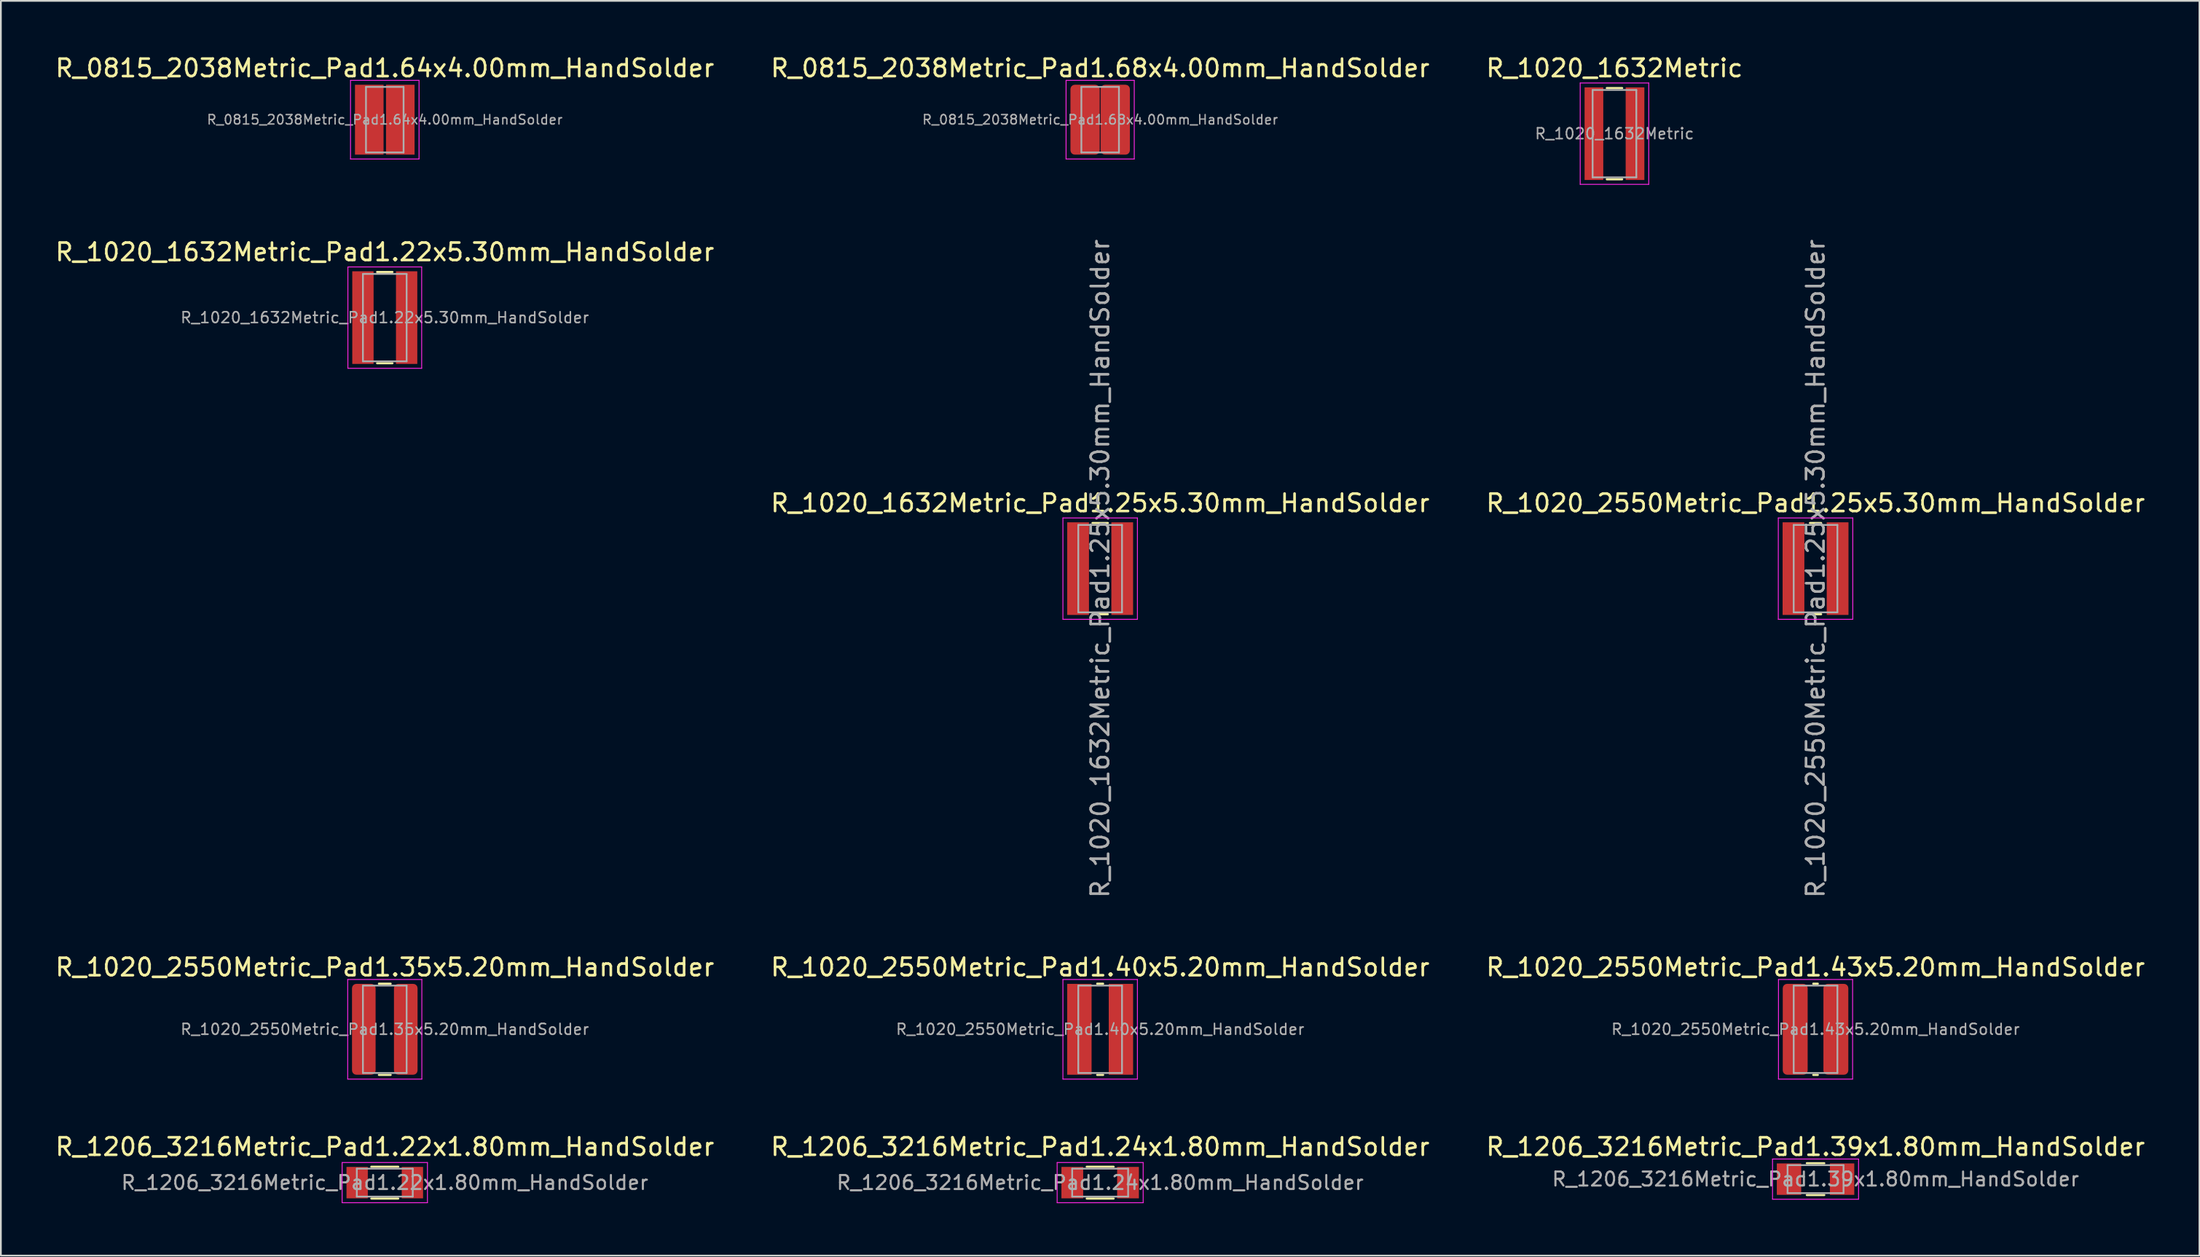
<source format=kicad_pcb>
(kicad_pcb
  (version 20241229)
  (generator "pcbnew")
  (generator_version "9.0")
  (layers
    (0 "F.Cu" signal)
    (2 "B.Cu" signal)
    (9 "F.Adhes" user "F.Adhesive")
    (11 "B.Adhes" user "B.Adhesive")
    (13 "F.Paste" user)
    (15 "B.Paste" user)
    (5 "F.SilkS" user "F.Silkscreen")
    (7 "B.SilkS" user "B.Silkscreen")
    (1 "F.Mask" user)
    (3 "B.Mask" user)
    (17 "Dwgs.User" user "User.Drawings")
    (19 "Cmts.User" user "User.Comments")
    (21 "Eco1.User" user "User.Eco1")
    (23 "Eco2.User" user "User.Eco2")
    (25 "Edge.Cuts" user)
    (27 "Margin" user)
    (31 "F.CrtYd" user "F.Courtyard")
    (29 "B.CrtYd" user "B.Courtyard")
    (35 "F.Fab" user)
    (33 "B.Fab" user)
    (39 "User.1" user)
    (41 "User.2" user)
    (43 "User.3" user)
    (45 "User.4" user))
  (footprint "R_1206_3216Metric_Pad1.39x1.80mm_HandSolder"
    (layer "F.Cu")
    (at 100.792 64.411)
    (property "Reference" "R_1206_3216Metric_Pad1.39x1.80mm_HandSolder" (at 0 -1.85 0) (layer "F.SilkS") (effects (font (size 1 1) (thickness 0.15))))
    (attr smd)
    (fp_line (start -0.5 -0.91) (end 0.5 -0.91) (stroke (width 0.12) (type solid)) (layer "F.SilkS"))
    (fp_line (start -0.5 0.91) (end 0.5 0.91) (stroke (width 0.12) (type solid)) (layer "F.SilkS"))
    (fp_line (start -2.46 -1.15) (end 2.46 -1.15) (stroke (width 0.05) (type solid)) (layer "F.CrtYd"))
    (fp_line (start -2.46 1.15) (end -2.46 -1.15) (stroke (width 0.05) (type solid)) (layer "F.CrtYd"))
    (fp_line (start 2.46 -1.15) (end 2.46 1.15) (stroke (width 0.05) (type solid)) (layer "F.CrtYd"))
    (fp_line (start 2.46 1.15) (end -2.46 1.15) (stroke (width 0.05) (type solid)) (layer "F.CrtYd"))
    (fp_line (start -1.6 -0.8) (end 1.6 -0.8) (stroke (width 0.1) (type solid)) (layer "F.Fab"))
    (fp_line (start -1.6 0.8) (end -1.6 -0.8) (stroke (width 0.1) (type solid)) (layer "F.Fab"))
    (fp_line (start 1.6 -0.8) (end 1.6 0.8) (stroke (width 0.1) (type solid)) (layer "F.Fab"))
    (fp_line (start 1.6 0.8) (end -1.6 0.8) (stroke (width 0.1) (type solid)) (layer "F.Fab"))
    (fp_text user "${REFERENCE}" (at 0 0 0) (layer "F.Fab") (effects (font (size 0.8 0.8) (thickness 0.12))))
    (pad "1" smd rect (at -1.518 0) (size 1.395 1.8) (layers "F.Cu" "F.Mask" "F.Paste"))
    (pad "2" smd rect (at 1.518 0) (size 1.395 1.8) (layers "F.Cu" "F.Mask" "F.Paste")))
  (footprint "R_1020_1632Metric_Pad1.22x5.30mm_HandSolder"
    (layer "F.Cu")
    (at 18.958 15.121)
    (property "Reference" "R_1020_1632Metric_Pad1.22x5.30mm_HandSolder" (at 0 -3.75 0) (layer "F.SilkS") (effects (font (size 1 1) (thickness 0.15))))
    (attr smd)
    (fp_line (start -0.44 -2.61) (end 0.44 -2.61) (stroke (width 0.12) (type solid)) (layer "F.SilkS"))
    (fp_line (start -0.44 2.61) (end 0.44 2.61) (stroke (width 0.12) (type solid)) (layer "F.SilkS"))
    (fp_line (start -2.11 -2.9) (end 2.11 -2.9) (stroke (width 0.05) (type solid)) (layer "F.CrtYd"))
    (fp_line (start -2.11 2.9) (end -2.11 -2.9) (stroke (width 0.05) (type solid)) (layer "F.CrtYd"))
    (fp_line (start 2.11 -2.9) (end 2.11 2.9) (stroke (width 0.05) (type solid)) (layer "F.CrtYd"))
    (fp_line (start 2.11 2.9) (end -2.11 2.9) (stroke (width 0.05) (type solid)) (layer "F.CrtYd"))
    (fp_line (start -1.25 -2.5) (end 1.25 -2.5) (stroke (width 0.1) (type solid)) (layer "F.Fab"))
    (fp_line (start -1.25 2.5) (end -1.25 -2.5) (stroke (width 0.1) (type solid)) (layer "F.Fab"))
    (fp_line (start 1.25 -2.5) (end 1.25 2.5) (stroke (width 0.1) (type solid)) (layer "F.Fab"))
    (fp_line (start 1.25 2.5) (end -1.25 2.5) (stroke (width 0.1) (type solid)) (layer "F.Fab"))
    (fp_text user "${REFERENCE}" (at 0 0 0) (layer "F.Fab") (effects (font (size 0.62 0.62) (thickness 0.09))))
    (pad "1" smd rect (at -1.25 0) (size 1.22 5.3) (layers "F.Cu" "F.Mask" "F.Paste"))
    (pad "2" smd rect (at 1.25 0) (size 1.22 5.3) (layers "F.Cu" "F.Mask" "F.Paste")))
  (footprint "R_1020_2550Metric_Pad1.25x5.30mm_HandSolder"
    (layer "F.Cu")
    (at 100.792 29.482)
    (property "Reference" "R_1020_2550Metric_Pad1.25x5.30mm_HandSolder" (at 0 -3.75 0) (layer "F.SilkS") (effects (font (size 1 1) (thickness 0.15))))
    (attr smd)
    (fp_line (start -0.32 -2.61) (end 0.32 -2.61) (stroke (width 0.12) (type solid)) (layer "F.SilkS"))
    (fp_line (start -0.32 2.61) (end 0.32 2.61) (stroke (width 0.12) (type solid)) (layer "F.SilkS"))
    (fp_line (start -2.13 -2.9) (end 2.13 -2.9) (stroke (width 0.05) (type solid)) (layer "F.CrtYd"))
    (fp_line (start -2.13 2.9) (end -2.13 -2.9) (stroke (width 0.05) (type solid)) (layer "F.CrtYd"))
    (fp_line (start 2.13 -2.9) (end 2.13 2.9) (stroke (width 0.05) (type solid)) (layer "F.CrtYd"))
    (fp_line (start 2.13 2.9) (end -2.13 2.9) (stroke (width 0.05) (type solid)) (layer "F.CrtYd"))
    (fp_line (start -1.25 -2.5) (end 1.25 -2.5) (stroke (width 0.1) (type solid)) (layer "F.Fab"))
    (fp_line (start -1.25 2.5) (end -1.25 -2.5) (stroke (width 0.1) (type solid)) (layer "F.Fab"))
    (fp_line (start 1.25 -2.5) (end 1.25 2.5) (stroke (width 0.1) (type solid)) (layer "F.Fab"))
    (fp_line (start 1.25 2.5) (end -1.25 2.5) (stroke (width 0.1) (type solid)) (layer "F.Fab"))
    (fp_text user "${REFERENCE}" (at 0 0 90) (layer "F.Fab") (effects (font (size 1 1) (thickness 0.15))))
    (pad "1" smd rect (at -1.262 0) (size 1.245 5.3) (layers "F.Cu" "F.Mask" "F.Paste"))
    (pad "2" smd rect (at 1.262 0) (size 1.245 5.3) (layers "F.Cu" "F.Mask" "F.Paste")))
  (footprint "R_1020_2550Metric_Pad1.40x5.20mm_HandSolder"
    (layer "F.Cu")
    (at 59.875 55.838)
    (property "Reference" "R_1020_2550Metric_Pad1.40x5.20mm_HandSolder" (at 0 -3.55 0) (layer "F.SilkS") (effects (font (size 1 1) (thickness 0.15))))
    (attr smd)
    (fp_line (start -0.17 -2.61) (end 0.17 -2.61) (stroke (width 0.12) (type solid)) (layer "F.SilkS"))
    (fp_line (start -0.17 2.61) (end 0.17 2.61) (stroke (width 0.12) (type solid)) (layer "F.SilkS"))
    (fp_line (start -2.13 -2.85) (end 2.13 -2.85) (stroke (width 0.05) (type solid)) (layer "F.CrtYd"))
    (fp_line (start -2.13 2.85) (end -2.13 -2.85) (stroke (width 0.05) (type solid)) (layer "F.CrtYd"))
    (fp_line (start 2.13 -2.85) (end 2.13 2.85) (stroke (width 0.05) (type solid)) (layer "F.CrtYd"))
    (fp_line (start 2.13 2.85) (end -2.13 2.85) (stroke (width 0.05) (type solid)) (layer "F.CrtYd"))
    (fp_line (start -1.25 -2.5) (end 1.25 -2.5) (stroke (width 0.1) (type solid)) (layer "F.Fab"))
    (fp_line (start -1.25 2.5) (end -1.25 -2.5) (stroke (width 0.1) (type solid)) (layer "F.Fab"))
    (fp_line (start 1.25 -2.5) (end 1.25 2.5) (stroke (width 0.1) (type solid)) (layer "F.Fab"))
    (fp_line (start 1.25 2.5) (end -1.25 2.5) (stroke (width 0.1) (type solid)) (layer "F.Fab"))
    (fp_text user "${REFERENCE}" (at 0 0 0) (layer "F.Fab") (effects (font (size 0.62 0.62) (thickness 0.09))))
    (pad "1" smd rect (at -1.188 0) (size 1.395 5.2) (layers "F.Cu" "F.Mask" "F.Paste"))
    (pad "2" smd rect (at 1.188 0) (size 1.395 5.2) (layers "F.Cu" "F.Mask" "F.Paste")))
  (footprint "R_1020_2550Metric_Pad1.43x5.20mm_HandSolder"
    (layer "F.Cu")
    (at 100.792 55.838)
    (property "Reference" "R_1020_2550Metric_Pad1.43x5.20mm_HandSolder" (at 0 -3.55 0) (layer "F.SilkS") (effects (font (size 1 1) (thickness 0.15))))
    (attr smd)
    (fp_line (start -0.13 -2.61) (end 0.13 -2.61) (stroke (width 0.12) (type solid)) (layer "F.SilkS"))
    (fp_line (start -0.13 2.61) (end 0.13 2.61) (stroke (width 0.12) (type solid)) (layer "F.SilkS"))
    (fp_line (start -2.12 -2.85) (end 2.12 -2.85) (stroke (width 0.05) (type solid)) (layer "F.CrtYd"))
    (fp_line (start -2.12 2.85) (end -2.12 -2.85) (stroke (width 0.05) (type solid)) (layer "F.CrtYd"))
    (fp_line (start 2.12 -2.85) (end 2.12 2.85) (stroke (width 0.05) (type solid)) (layer "F.CrtYd"))
    (fp_line (start 2.12 2.85) (end -2.12 2.85) (stroke (width 0.05) (type solid)) (layer "F.CrtYd"))
    (fp_line (start -1.25 -2.5) (end 1.25 -2.5) (stroke (width 0.1) (type solid)) (layer "F.Fab"))
    (fp_line (start -1.25 2.5) (end -1.25 -2.5) (stroke (width 0.1) (type solid)) (layer "F.Fab"))
    (fp_line (start 1.25 -2.5) (end 1.25 2.5) (stroke (width 0.1) (type solid)) (layer "F.Fab"))
    (fp_line (start 1.25 2.5) (end -1.25 2.5) (stroke (width 0.1) (type solid)) (layer "F.Fab"))
    (fp_text user "${REFERENCE}" (at 0 0 0) (layer "F.Fab") (effects (font (size 0.62 0.62) (thickness 0.09))))
    (pad "1" smd roundrect (at -1.163 0) (size 1.425 5.2) (layers "F.Cu" "F.Mask" "F.Paste") (roundrect_rratio 0.175))
    (pad "2" smd roundrect (at 1.163 0) (size 1.425 5.2) (layers "F.Cu" "F.Mask" "F.Paste") (roundrect_rratio 0.175)))
  (footprint "R_1020_1632Metric"
    (layer "F.Cu")
    (at 89.292 4.598)
    (property "Reference" "R_1020_1632Metric" (at 0 -3.75 0) (layer "F.SilkS") (effects (font (size 1 1) (thickness 0.15))))
    (attr smd)
    (fp_line (start -0.44 -2.61) (end 0.44 -2.61) (stroke (width 0.12) (type solid)) (layer "F.SilkS"))
    (fp_line (start -0.44 2.61) (end 0.44 2.61) (stroke (width 0.12) (type solid)) (layer "F.SilkS"))
    (fp_line (start -1.96 -2.9) (end 1.96 -2.9) (stroke (width 0.05) (type solid)) (layer "F.CrtYd"))
    (fp_line (start -1.96 2.9) (end -1.96 -2.9) (stroke (width 0.05) (type solid)) (layer "F.CrtYd"))
    (fp_line (start 1.96 -2.9) (end 1.96 2.9) (stroke (width 0.05) (type solid)) (layer "F.CrtYd"))
    (fp_line (start 1.96 2.9) (end -1.96 2.9) (stroke (width 0.05) (type solid)) (layer "F.CrtYd"))
    (fp_line (start -1.25 -2.5) (end 1.25 -2.5) (stroke (width 0.1) (type solid)) (layer "F.Fab"))
    (fp_line (start -1.25 2.5) (end -1.25 -2.5) (stroke (width 0.1) (type solid)) (layer "F.Fab"))
    (fp_line (start 1.25 -2.5) (end 1.25 2.5) (stroke (width 0.1) (type solid)) (layer "F.Fab"))
    (fp_line (start 1.25 2.5) (end -1.25 2.5) (stroke (width 0.1) (type solid)) (layer "F.Fab"))
    (fp_text user "${REFERENCE}" (at 0 0 0) (layer "F.Fab") (effects (font (size 0.62 0.62) (thickness 0.09))))
    (pad "1" smd rect (at -1.175 0) (size 1.07 5.3) (layers "F.Cu" "F.Mask" "F.Paste"))
    (pad "2" smd rect (at 1.175 0) (size 1.07 5.3) (layers "F.Cu" "F.Mask" "F.Paste")))
  (footprint "R_1020_2550Metric_Pad1.35x5.20mm_HandSolder"
    (layer "F.Cu")
    (at 18.958 55.838)
    (property "Reference" "R_1020_2550Metric_Pad1.35x5.20mm_HandSolder" (at 0 -3.55 0) (layer "F.SilkS") (effects (font (size 1 1) (thickness 0.15))))
    (attr smd)
    (fp_line (start -0.336 -2.61) (end 0.336 -2.61) (stroke (width 0.12) (type solid)) (layer "F.SilkS"))
    (fp_line (start -0.336 2.61) (end 0.336 2.61) (stroke (width 0.12) (type solid)) (layer "F.SilkS"))
    (fp_line (start -2.12 -2.85) (end 2.12 -2.85) (stroke (width 0.05) (type solid)) (layer "F.CrtYd"))
    (fp_line (start -2.12 2.85) (end -2.12 -2.85) (stroke (width 0.05) (type solid)) (layer "F.CrtYd"))
    (fp_line (start 2.12 -2.85) (end 2.12 2.85) (stroke (width 0.05) (type solid)) (layer "F.CrtYd"))
    (fp_line (start 2.12 2.85) (end -2.12 2.85) (stroke (width 0.05) (type solid)) (layer "F.CrtYd"))
    (fp_line (start -1.25 -2.5) (end 1.25 -2.5) (stroke (width 0.1) (type solid)) (layer "F.Fab"))
    (fp_line (start -1.25 2.5) (end -1.25 -2.5) (stroke (width 0.1) (type solid)) (layer "F.Fab"))
    (fp_line (start 1.25 -2.5) (end 1.25 2.5) (stroke (width 0.1) (type solid)) (layer "F.Fab"))
    (fp_line (start 1.25 2.5) (end -1.25 2.5) (stroke (width 0.1) (type solid)) (layer "F.Fab"))
    (fp_text user "${REFERENCE}" (at 0 0 0) (layer "F.Fab") (effects (font (size 0.62 0.62) (thickness 0.09))))
    (pad "1" smd roundrect (at -1.2 0) (size 1.35 5.2) (layers "F.Cu" "F.Mask" "F.Paste") (roundrect_rratio 0.185))
    (pad "2" smd roundrect (at 1.2 0) (size 1.35 5.2) (layers "F.Cu" "F.Mask" "F.Paste") (roundrect_rratio 0.185)))
  (footprint "R_1206_3216Metric_Pad1.22x1.80mm_HandSolder"
    (layer "F.Cu")
    (at 18.958 64.611)
    (property "Reference" "R_1206_3216Metric_Pad1.22x1.80mm_HandSolder" (at 0 -2.05 0) (layer "F.SilkS") (effects (font (size 1 1) (thickness 0.15))))
    (attr smd)
    (fp_line (start -0.77 -0.91) (end 0.77 -0.91) (stroke (width 0.12) (type solid)) (layer "F.SilkS"))
    (fp_line (start -0.77 0.91) (end 0.77 0.91) (stroke (width 0.12) (type solid)) (layer "F.SilkS"))
    (fp_line (start -2.44 -1.15) (end 2.44 -1.15) (stroke (width 0.05) (type solid)) (layer "F.CrtYd"))
    (fp_line (start -2.44 1.15) (end -2.44 -1.15) (stroke (width 0.05) (type solid)) (layer "F.CrtYd"))
    (fp_line (start 2.44 -1.15) (end 2.44 1.15) (stroke (width 0.05) (type solid)) (layer "F.CrtYd"))
    (fp_line (start 2.44 1.15) (end -2.44 1.15) (stroke (width 0.05) (type solid)) (layer "F.CrtYd"))
    (fp_line (start -1.6 -0.8) (end 1.6 -0.8) (stroke (width 0.1) (type solid)) (layer "F.Fab"))
    (fp_line (start -1.6 0.8) (end -1.6 -0.8) (stroke (width 0.1) (type solid)) (layer "F.Fab"))
    (fp_line (start 1.6 -0.8) (end 1.6 0.8) (stroke (width 0.1) (type solid)) (layer "F.Fab"))
    (fp_line (start 1.6 0.8) (end -1.6 0.8) (stroke (width 0.1) (type solid)) (layer "F.Fab"))
    (fp_text user "${REFERENCE}" (at 0 0 0) (layer "F.Fab") (effects (font (size 0.8 0.8) (thickness 0.12))))
    (pad "1" smd rect (at -1.58 0) (size 1.22 1.8) (layers "F.Cu" "F.Mask" "F.Paste"))
    (pad "2" smd rect (at 1.58 0) (size 1.22 1.8) (layers "F.Cu" "F.Mask" "F.Paste")))
  (footprint "R_0815_2038Metric_Pad1.64x4.00mm_HandSolder"
    (layer "F.Cu")
    (at 18.958 3.798)
    (property "Reference" "R_0815_2038Metric_Pad1.64x4.00mm_HandSolder" (at 0 -2.95 0) (layer "F.SilkS") (effects (font (size 1 1) (thickness 0.15))))
    (attr smd)
    (fp_line (start -1.96 -2.25) (end 1.96 -2.25) (stroke (width 0.05) (type solid)) (layer "F.CrtYd"))
    (fp_line (start -1.96 2.25) (end -1.96 -2.25) (stroke (width 0.05) (type solid)) (layer "F.CrtYd"))
    (fp_line (start 1.96 -2.25) (end 1.96 2.25) (stroke (width 0.05) (type solid)) (layer "F.CrtYd"))
    (fp_line (start 1.96 2.25) (end -1.96 2.25) (stroke (width 0.05) (type solid)) (layer "F.CrtYd"))
    (fp_line (start -1.075 -1.875) (end 1.075 -1.875) (stroke (width 0.1) (type solid)) (layer "F.Fab"))
    (fp_line (start -1.075 1.875) (end -1.075 -1.875) (stroke (width 0.1) (type solid)) (layer "F.Fab"))
    (fp_line (start 1.075 -1.875) (end 1.075 1.875) (stroke (width 0.1) (type solid)) (layer "F.Fab"))
    (fp_line (start 1.075 1.875) (end -1.075 1.875) (stroke (width 0.1) (type solid)) (layer "F.Fab"))
    (fp_text user "${REFERENCE}" (at 0 0 0) (layer "F.Fab") (effects (font (size 0.54 0.54) (thickness 0.08))))
    (pad "1" smd rect (at -0.887 0) (size 1.635 4) (layers "F.Cu" "F.Mask" "F.Paste"))
    (pad "2" smd rect (at 0.887 0) (size 1.635 4) (layers "F.Cu" "F.Mask" "F.Paste")))
  (footprint "R_1020_1632Metric_Pad1.25x5.30mm_HandSolder"
    (layer "F.Cu")
    (at 59.875 29.482)
    (property "Reference" "R_1020_1632Metric_Pad1.25x5.30mm_HandSolder" (at 0 -3.75 0) (layer "F.SilkS") (effects (font (size 1 1) (thickness 0.15))))
    (attr smd)
    (fp_line (start -0.44 -2.61) (end 0.44 -2.61) (stroke (width 0.12) (type solid)) (layer "F.SilkS"))
    (fp_line (start -0.44 2.61) (end 0.44 2.61) (stroke (width 0.12) (type solid)) (layer "F.SilkS"))
    (fp_line (start -2.13 -2.9) (end 2.13 -2.9) (stroke (width 0.05) (type solid)) (layer "F.CrtYd"))
    (fp_line (start -2.13 2.9) (end -2.13 -2.9) (stroke (width 0.05) (type solid)) (layer "F.CrtYd"))
    (fp_line (start 2.13 -2.9) (end 2.13 2.9) (stroke (width 0.05) (type solid)) (layer "F.CrtYd"))
    (fp_line (start 2.13 2.9) (end -2.13 2.9) (stroke (width 0.05) (type solid)) (layer "F.CrtYd"))
    (fp_line (start -1.25 -2.5) (end 1.25 -2.5) (stroke (width 0.1) (type solid)) (layer "F.Fab"))
    (fp_line (start -1.25 2.5) (end -1.25 -2.5) (stroke (width 0.1) (type solid)) (layer "F.Fab"))
    (fp_line (start 1.25 -2.5) (end 1.25 2.5) (stroke (width 0.1) (type solid)) (layer "F.Fab"))
    (fp_line (start 1.25 2.5) (end -1.25 2.5) (stroke (width 0.1) (type solid)) (layer "F.Fab"))
    (fp_text user "${REFERENCE}" (at 0 0 90) (layer "F.Fab") (effects (font (size 1 1) (thickness 0.15))))
    (pad "1" smd rect (at -1.262 0) (size 1.245 5.3) (layers "F.Cu" "F.Mask" "F.Paste"))
    (pad "2" smd rect (at 1.262 0) (size 1.245 5.3) (layers "F.Cu" "F.Mask" "F.Paste")))
  (footprint "R_0815_2038Metric_Pad1.68x4.00mm_HandSolder"
    (layer "F.Cu")
    (at 59.875 3.798)
    (property "Reference" "R_0815_2038Metric_Pad1.68x4.00mm_HandSolder" (at 0 -2.95 0) (layer "F.SilkS") (effects (font (size 1 1) (thickness 0.15))))
    (attr smd)
    (fp_line (start -1.95 -2.25) (end 1.95 -2.25) (stroke (width 0.05) (type solid)) (layer "F.CrtYd"))
    (fp_line (start -1.95 2.25) (end -1.95 -2.25) (stroke (width 0.05) (type solid)) (layer "F.CrtYd"))
    (fp_line (start 1.95 -2.25) (end 1.95 2.25) (stroke (width 0.05) (type solid)) (layer "F.CrtYd"))
    (fp_line (start 1.95 2.25) (end -1.95 2.25) (stroke (width 0.05) (type solid)) (layer "F.CrtYd"))
    (fp_line (start -1.075 -1.875) (end 1.075 -1.875) (stroke (width 0.1) (type solid)) (layer "F.Fab"))
    (fp_line (start -1.075 1.875) (end -1.075 -1.875) (stroke (width 0.1) (type solid)) (layer "F.Fab"))
    (fp_line (start 1.075 -1.875) (end 1.075 1.875) (stroke (width 0.1) (type solid)) (layer "F.Fab"))
    (fp_line (start 1.075 1.875) (end -1.075 1.875) (stroke (width 0.1) (type solid)) (layer "F.Fab"))
    (fp_text user "${REFERENCE}" (at 0 0 0) (layer "F.Fab") (effects (font (size 0.54 0.54) (thickness 0.08))))
    (pad "1" smd roundrect (at -0.863 0) (size 1.675 4) (layers "F.Cu" "F.Mask" "F.Paste") (roundrect_rratio 0.149))
    (pad "2" smd roundrect (at 0.863 0) (size 1.675 4) (layers "F.Cu" "F.Mask" "F.Paste") (roundrect_rratio 0.149)))
  (footprint "R_1206_3216Metric_Pad1.24x1.80mm_HandSolder"
    (layer "F.Cu")
    (at 59.875 64.611)
    (property "Reference" "R_1206_3216Metric_Pad1.24x1.80mm_HandSolder" (at 0 -2.05 0) (layer "F.SilkS") (effects (font (size 1 1) (thickness 0.15))))
    (attr smd)
    (fp_line (start -0.77 -0.91) (end 0.77 -0.91) (stroke (width 0.12) (type solid)) (layer "F.SilkS"))
    (fp_line (start -0.77 0.91) (end 0.77 0.91) (stroke (width 0.12) (type solid)) (layer "F.SilkS"))
    (fp_line (start -2.46 -1.15) (end 2.46 -1.15) (stroke (width 0.05) (type solid)) (layer "F.CrtYd"))
    (fp_line (start -2.46 1.15) (end -2.46 -1.15) (stroke (width 0.05) (type solid)) (layer "F.CrtYd"))
    (fp_line (start 2.46 -1.15) (end 2.46 1.15) (stroke (width 0.05) (type solid)) (layer "F.CrtYd"))
    (fp_line (start 2.46 1.15) (end -2.46 1.15) (stroke (width 0.05) (type solid)) (layer "F.CrtYd"))
    (fp_line (start -1.6 -0.8) (end 1.6 -0.8) (stroke (width 0.1) (type solid)) (layer "F.Fab"))
    (fp_line (start -1.6 0.8) (end -1.6 -0.8) (stroke (width 0.1) (type solid)) (layer "F.Fab"))
    (fp_line (start 1.6 -0.8) (end 1.6 0.8) (stroke (width 0.1) (type solid)) (layer "F.Fab"))
    (fp_line (start 1.6 0.8) (end -1.6 0.8) (stroke (width 0.1) (type solid)) (layer "F.Fab"))
    (fp_text user "${REFERENCE}" (at 0 0 0) (layer "F.Fab") (effects (font (size 0.8 0.8) (thickness 0.12))))
    (pad "1" smd rect (at -1.593 0) (size 1.245 1.8) (layers "F.Cu" "F.Mask" "F.Paste"))
    (pad "2" smd rect (at 1.593 0) (size 1.245 1.8) (layers "F.Cu" "F.Mask" "F.Paste")))
  (gr_rect
    (start -3 -3)
    (end 122.75 68.786)
    (stroke (width 0.1) (type default))
    (fill no)
    (layer "Edge.Cuts")))
</source>
